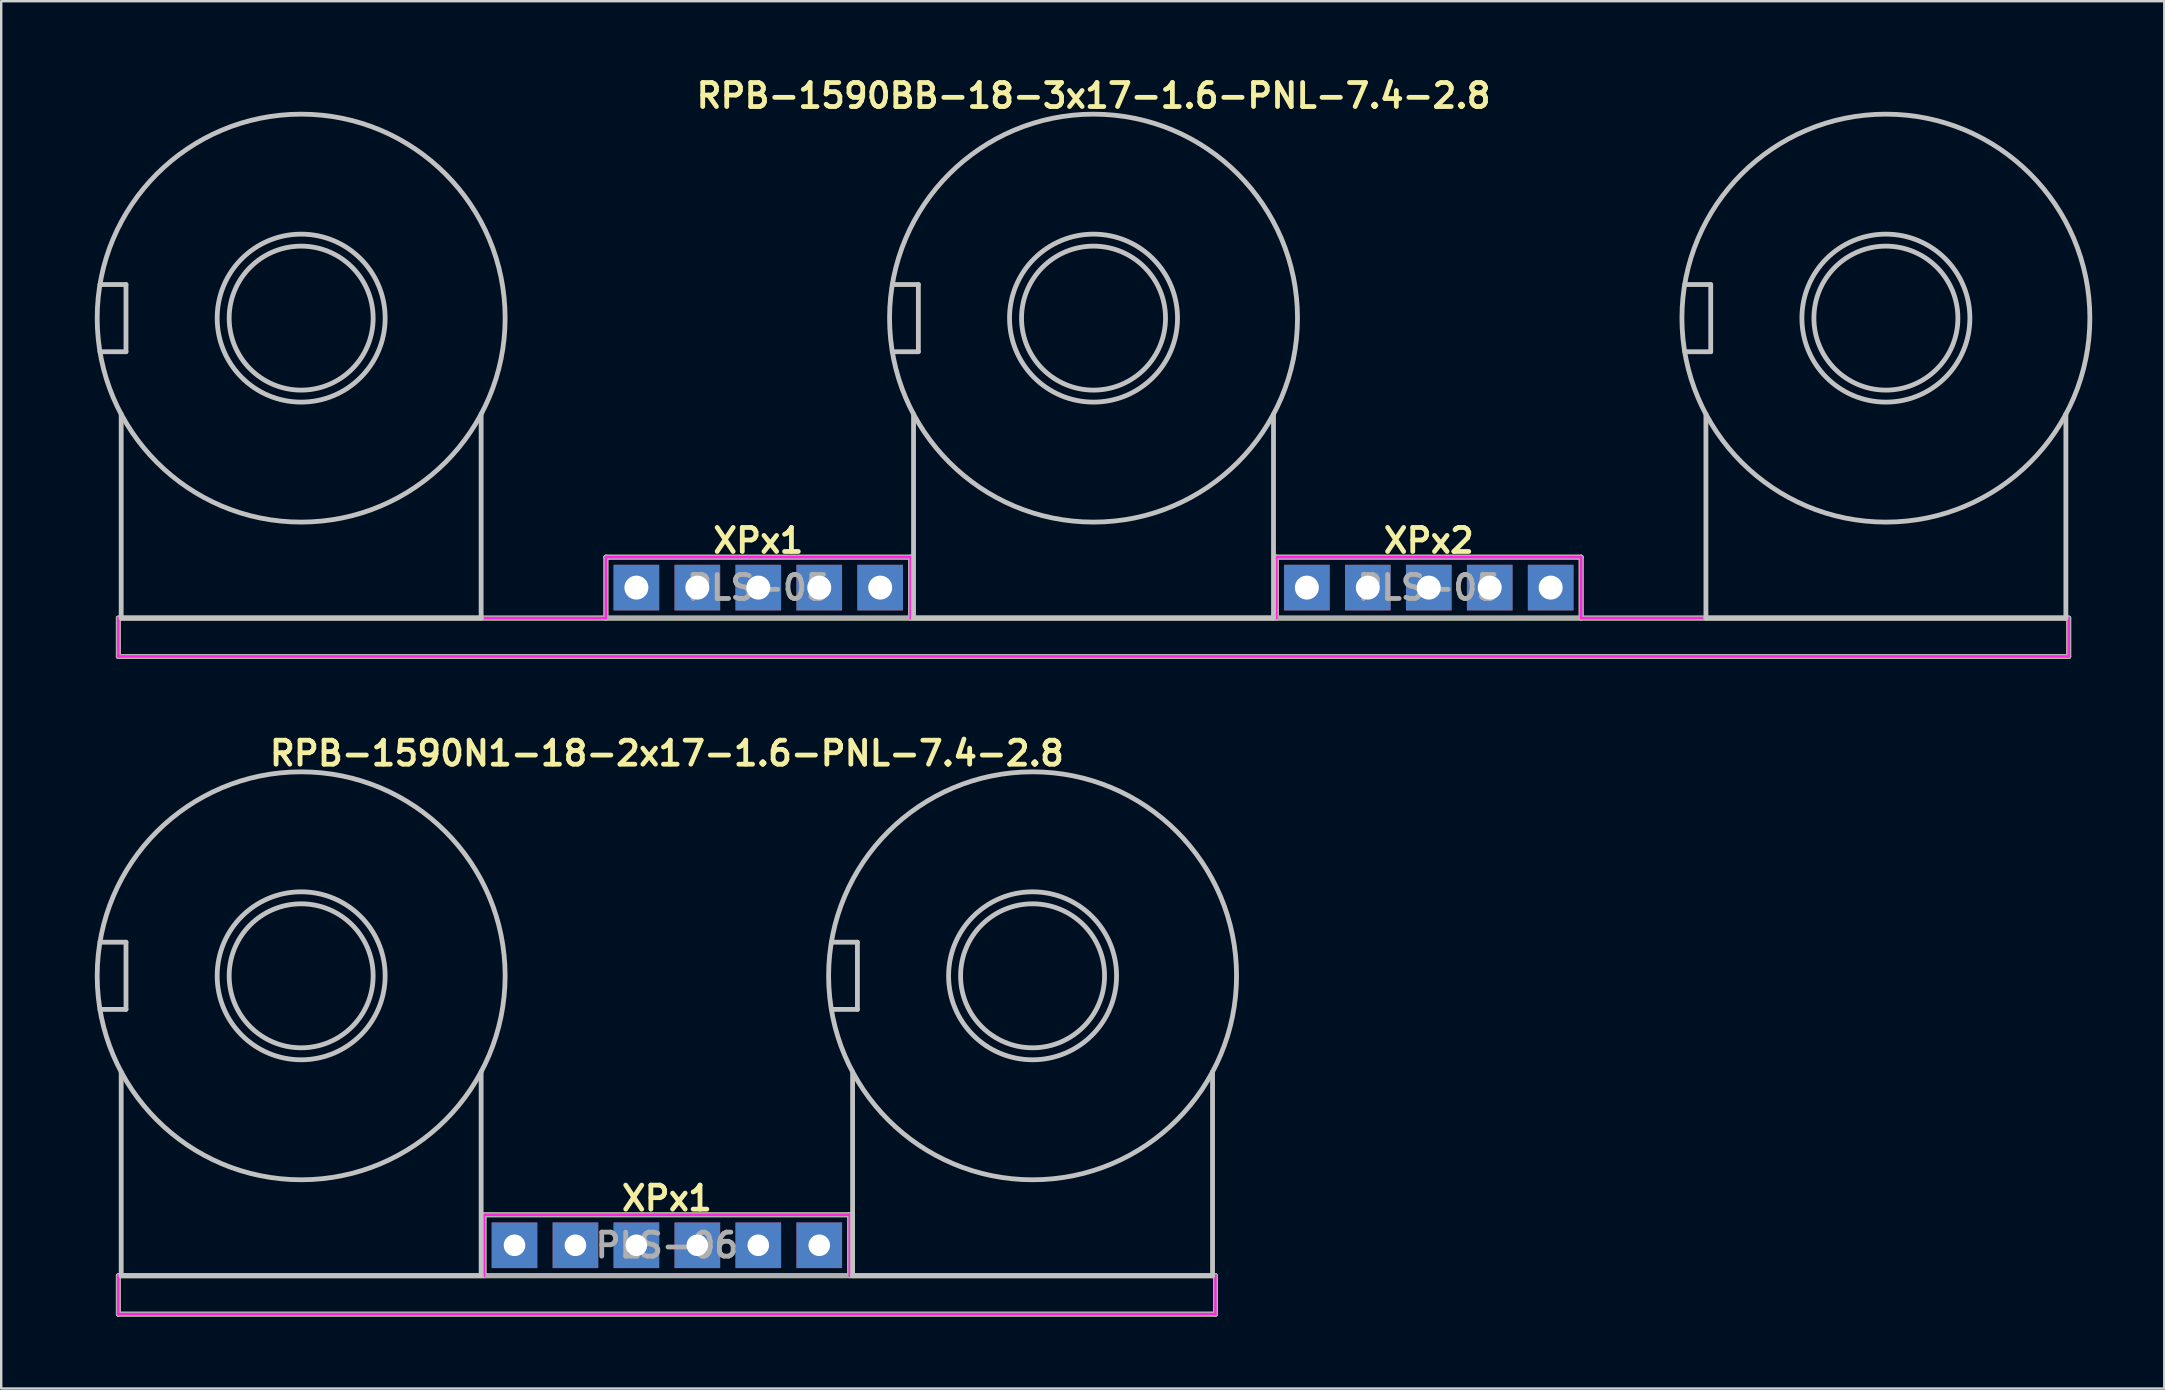
<source format=kicad_pcb>
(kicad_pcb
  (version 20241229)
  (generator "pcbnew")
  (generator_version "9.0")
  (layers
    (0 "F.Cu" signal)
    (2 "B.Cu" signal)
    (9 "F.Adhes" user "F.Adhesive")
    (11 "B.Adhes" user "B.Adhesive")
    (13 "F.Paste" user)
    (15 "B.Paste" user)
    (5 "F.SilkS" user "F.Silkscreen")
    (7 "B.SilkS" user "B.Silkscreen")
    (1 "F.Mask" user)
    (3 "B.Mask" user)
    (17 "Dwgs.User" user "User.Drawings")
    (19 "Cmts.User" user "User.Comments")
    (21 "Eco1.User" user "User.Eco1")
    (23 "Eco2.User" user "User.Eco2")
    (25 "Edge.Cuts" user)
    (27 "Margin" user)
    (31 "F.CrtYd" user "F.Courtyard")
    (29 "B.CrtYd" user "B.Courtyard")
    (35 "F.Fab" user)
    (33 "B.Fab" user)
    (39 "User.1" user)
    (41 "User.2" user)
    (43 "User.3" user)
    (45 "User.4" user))
  (footprint "RPB-1590N1-18-2x17-1.6-PNL-7.4-2.8"
    (layer "F.Cu")
    (at 24.74 37.614)
    (property "Reference" "RPB-1590N1-18-2x17-1.6-PNL-7.4-2.8" (at 0 -9.271 0) (layer "F.SilkS") (effects (font (size 1 1) (thickness 0.2))))
    (attr through_hole)
    (fp_line (start -22.86 12.5) (end -22.86 14.1) (stroke (width 0.2) (type solid)) (layer "F.SilkS"))
    (fp_line (start -22.86 12.5) (end 22.86 12.5) (stroke (width 0.2) (type solid)) (layer "F.SilkS"))
    (fp_line (start -22.86 14.1) (end 22.86 14.1) (stroke (width 0.2) (type solid)) (layer "F.SilkS"))
    (fp_line (start -7.62 9.96) (end -7.62 12.5) (stroke (width 0.2) (type solid)) (layer "F.SilkS"))
    (fp_line (start -7.62 9.96) (end 7.62 9.96) (stroke (width 0.2) (type solid)) (layer "F.SilkS"))
    (fp_line (start 7.62 9.96) (end 7.62 12.5) (stroke (width 0.2) (type solid)) (layer "F.SilkS"))
    (fp_line (start 22.86 12.5) (end 22.86 14.1) (stroke (width 0.2) (type solid)) (layer "F.SilkS"))
    (fp_line (start -23.624 -1.4) (end -22.54 -1.4) (stroke (width 0.2) (type solid)) (layer "Dwgs.User"))
    (fp_line (start -23.624 1.4) (end -22.54 1.4) (stroke (width 0.2) (type solid)) (layer "Dwgs.User"))
    (fp_line (start -22.74 4) (end -22.74 12.5) (stroke (width 0.2) (type solid)) (layer "Dwgs.User"))
    (fp_line (start -22.74 12.5) (end -7.74 12.5) (stroke (width 0.2) (type solid)) (layer "Dwgs.User"))
    (fp_line (start -22.54 -1.4) (end -22.54 1.4) (stroke (width 0.2) (type solid)) (layer "Dwgs.User"))
    (fp_line (start -7.74 4) (end -7.74 12.5) (stroke (width 0.2) (type solid)) (layer "Dwgs.User"))
    (fp_line (start 6.856 -1.4) (end 7.94 -1.4) (stroke (width 0.2) (type solid)) (layer "Dwgs.User"))
    (fp_line (start 6.856 1.4) (end 7.94 1.4) (stroke (width 0.2) (type solid)) (layer "Dwgs.User"))
    (fp_line (start 7.74 4) (end 7.74 12.5) (stroke (width 0.2) (type solid)) (layer "Dwgs.User"))
    (fp_line (start 7.74 12.5) (end 22.74 12.5) (stroke (width 0.2) (type solid)) (layer "Dwgs.User"))
    (fp_line (start 7.94 -1.4) (end 7.94 1.4) (stroke (width 0.2) (type solid)) (layer "Dwgs.User"))
    (fp_line (start 22.74 4) (end 22.74 12.5) (stroke (width 0.2) (type solid)) (layer "Dwgs.User"))
    (fp_circle (center -15.24 0) (end -12.24 0) (stroke (width 0.2) (type solid)) (fill no) (layer "Dwgs.User"))
    (fp_circle (center -15.24 0) (end -11.74 0) (stroke (width 0.2) (type solid)) (fill no) (layer "Dwgs.User"))
    (fp_circle (center -15.24 0) (end -6.74 0) (stroke (width 0.2) (type solid)) (fill no) (layer "Dwgs.User"))
    (fp_circle (center 15.24 0) (end 18.24 0) (stroke (width 0.2) (type solid)) (fill no) (layer "Dwgs.User"))
    (fp_circle (center 15.24 0) (end 18.74 0) (stroke (width 0.2) (type solid)) (fill no) (layer "Dwgs.User"))
    (fp_circle (center 15.24 0) (end 23.74 0) (stroke (width 0.2) (type solid)) (fill no) (layer "Dwgs.User"))
    (fp_circle (center -23.14 0) (end -21.74 0) (stroke (width 0.4) (type solid)) (fill no) (layer "Eco1.User"))
    (fp_circle (center -15.24 0) (end -11.54 0) (stroke (width 0.4) (type solid)) (fill no) (layer "Eco1.User"))
    (fp_circle (center 7.34 0) (end 8.74 0) (stroke (width 0.4) (type solid)) (fill no) (layer "Eco1.User"))
    (fp_circle (center 15.24 0) (end 18.94 0) (stroke (width 0.4) (type solid)) (fill no) (layer "Eco1.User"))
    (fp_line (start -22.86 12.5) (end -22.86 14.1) (stroke (width 0.1) (type solid)) (layer "F.CrtYd"))
    (fp_line (start -22.86 12.5) (end -7.62 12.5) (stroke (width 0.1) (type solid)) (layer "F.CrtYd"))
    (fp_line (start -22.86 14.1) (end 22.86 14.1) (stroke (width 0.1) (type solid)) (layer "F.CrtYd"))
    (fp_line (start -7.62 9.96) (end -7.62 12.5) (stroke (width 0.1) (type solid)) (layer "F.CrtYd"))
    (fp_line (start -7.62 9.96) (end 7.62 9.96) (stroke (width 0.1) (type solid)) (layer "F.CrtYd"))
    (fp_line (start 7.62 9.96) (end 7.62 12.5) (stroke (width 0.1) (type solid)) (layer "F.CrtYd"))
    (fp_line (start 7.62 12.5) (end 22.86 12.5) (stroke (width 0.1) (type solid)) (layer "F.CrtYd"))
    (fp_line (start 22.86 12.5) (end 22.86 14.1) (stroke (width 0.1) (type solid)) (layer "F.CrtYd"))
    (fp_line (start -22.86 12.5) (end -22.86 14.1) (stroke (width 0.2) (type solid)) (layer "F.Fab"))
    (fp_line (start -22.86 12.5) (end 22.86 12.5) (stroke (width 0.2) (type solid)) (layer "F.Fab"))
    (fp_line (start -22.86 14.1) (end 22.86 14.1) (stroke (width 0.2) (type solid)) (layer "F.Fab"))
    (fp_line (start -7.62 9.96) (end -7.62 12.5) (stroke (width 0.2) (type solid)) (layer "F.Fab"))
    (fp_line (start -7.62 9.96) (end 7.62 9.96) (stroke (width 0.2) (type solid)) (layer "F.Fab"))
    (fp_line (start 7.62 9.96) (end 7.62 12.5) (stroke (width 0.2) (type solid)) (layer "F.Fab"))
    (fp_line (start 22.86 12.5) (end 22.86 14.1) (stroke (width 0.2) (type solid)) (layer "F.Fab"))
    (fp_text user "XPx1" (at 0 9.271 0) (layer "F.SilkS") (effects (font (size 1 1) (thickness 0.2))))
    (fp_text user "PLS-06" (at 0 11.23 0) (layer "F.Fab") (effects (font (size 1 1) (thickness 0.2))))
    (pad "11" thru_hole rect (at -1.27 11.23) (size 1.9 1.9) (drill 0.9) (layers "*.Cu" "*.Mask"))
    (pad "12" thru_hole rect (at -3.81 11.23) (size 1.9 1.9) (drill 0.9) (layers "*.Cu" "*.Mask"))
    (pad "13" thru_hole rect (at -6.35 11.23) (size 1.9 1.9) (drill 0.9) (layers "*.Cu" "*.Mask"))
    (pad "21" thru_hole rect (at 6.35 11.23) (size 1.9 1.9) (drill 0.9) (layers "*.Cu" "*.Mask"))
    (pad "22" thru_hole rect (at 3.81 11.23) (size 1.9 1.9) (drill 0.9) (layers "*.Cu" "*.Mask"))
    (pad "23" thru_hole rect (at 1.27 11.23) (size 1.9 1.9) (drill 0.9) (layers "*.Cu" "*.Mask")))
  (footprint "RPB-1590BB-18-3x17-1.6-PNL-7.4-2.8"
    (layer "F.Cu")
    (at 42.52 10.207)
    (property "Reference" "RPB-1590BB-18-3x17-1.6-PNL-7.4-2.8" (at 0 -9.271 0) (layer "F.SilkS") (effects (font (size 1 1) (thickness 0.2))))
    (attr through_hole)
    (fp_line (start -40.64 12.5) (end -40.64 14.1) (stroke (width 0.2) (type solid)) (layer "F.SilkS"))
    (fp_line (start -40.64 12.5) (end 40.64 12.5) (stroke (width 0.2) (type solid)) (layer "F.SilkS"))
    (fp_line (start -40.64 14.1) (end 40.64 14.1) (stroke (width 0.2) (type solid)) (layer "F.SilkS"))
    (fp_line (start -20.32 9.96) (end -20.32 12.5) (stroke (width 0.2) (type solid)) (layer "F.SilkS"))
    (fp_line (start -20.32 9.96) (end -7.62 9.96) (stroke (width 0.2) (type solid)) (layer "F.SilkS"))
    (fp_line (start -7.62 9.96) (end -7.62 12.5) (stroke (width 0.2) (type solid)) (layer "F.SilkS"))
    (fp_line (start 7.62 9.96) (end 7.62 12.5) (stroke (width 0.2) (type solid)) (layer "F.SilkS"))
    (fp_line (start 7.62 9.96) (end 20.32 9.96) (stroke (width 0.2) (type solid)) (layer "F.SilkS"))
    (fp_line (start 20.32 9.96) (end 20.32 12.5) (stroke (width 0.2) (type solid)) (layer "F.SilkS"))
    (fp_line (start 40.64 12.5) (end 40.64 14.1) (stroke (width 0.2) (type solid)) (layer "F.SilkS"))
    (fp_line (start -41.404 -1.4) (end -40.32 -1.4) (stroke (width 0.2) (type solid)) (layer "Dwgs.User"))
    (fp_line (start -41.404 1.4) (end -40.32 1.4) (stroke (width 0.2) (type solid)) (layer "Dwgs.User"))
    (fp_line (start -40.52 4) (end -40.52 12.5) (stroke (width 0.2) (type solid)) (layer "Dwgs.User"))
    (fp_line (start -40.52 12.5) (end -25.52 12.5) (stroke (width 0.2) (type solid)) (layer "Dwgs.User"))
    (fp_line (start -40.32 -1.4) (end -40.32 1.4) (stroke (width 0.2) (type solid)) (layer "Dwgs.User"))
    (fp_line (start -25.52 4) (end -25.52 12.5) (stroke (width 0.2) (type solid)) (layer "Dwgs.User"))
    (fp_line (start -8.384 -1.4) (end -7.3 -1.4) (stroke (width 0.2) (type solid)) (layer "Dwgs.User"))
    (fp_line (start -8.384 1.4) (end -7.3 1.4) (stroke (width 0.2) (type solid)) (layer "Dwgs.User"))
    (fp_line (start -7.5 4) (end -7.5 12.5) (stroke (width 0.2) (type solid)) (layer "Dwgs.User"))
    (fp_line (start -7.5 12.5) (end 7.5 12.5) (stroke (width 0.2) (type solid)) (layer "Dwgs.User"))
    (fp_line (start -7.3 -1.4) (end -7.3 1.4) (stroke (width 0.2) (type solid)) (layer "Dwgs.User"))
    (fp_line (start 7.5 4) (end 7.5 12.5) (stroke (width 0.2) (type solid)) (layer "Dwgs.User"))
    (fp_line (start 24.636 -1.4) (end 25.72 -1.4) (stroke (width 0.2) (type solid)) (layer "Dwgs.User"))
    (fp_line (start 24.636 1.4) (end 25.72 1.4) (stroke (width 0.2) (type solid)) (layer "Dwgs.User"))
    (fp_line (start 25.52 4) (end 25.52 12.5) (stroke (width 0.2) (type solid)) (layer "Dwgs.User"))
    (fp_line (start 25.52 12.5) (end 40.52 12.5) (stroke (width 0.2) (type solid)) (layer "Dwgs.User"))
    (fp_line (start 25.72 -1.4) (end 25.72 1.4) (stroke (width 0.2) (type solid)) (layer "Dwgs.User"))
    (fp_line (start 40.52 4) (end 40.52 12.5) (stroke (width 0.2) (type solid)) (layer "Dwgs.User"))
    (fp_circle (center -33.02 0) (end -30.02 0) (stroke (width 0.2) (type solid)) (fill no) (layer "Dwgs.User"))
    (fp_circle (center -33.02 0) (end -29.52 0) (stroke (width 0.2) (type solid)) (fill no) (layer "Dwgs.User"))
    (fp_circle (center -33.02 0) (end -24.52 0) (stroke (width 0.2) (type solid)) (fill no) (layer "Dwgs.User"))
    (fp_circle (center 0 0) (end 3 0) (stroke (width 0.2) (type solid)) (fill no) (layer "Dwgs.User"))
    (fp_circle (center 0 0) (end 3.5 0) (stroke (width 0.2) (type solid)) (fill no) (layer "Dwgs.User"))
    (fp_circle (center 0 0) (end 8.5 0) (stroke (width 0.2) (type solid)) (fill no) (layer "Dwgs.User"))
    (fp_circle (center 33.02 0) (end 36.02 0) (stroke (width 0.2) (type solid)) (fill no) (layer "Dwgs.User"))
    (fp_circle (center 33.02 0) (end 36.52 0) (stroke (width 0.2) (type solid)) (fill no) (layer "Dwgs.User"))
    (fp_circle (center 33.02 0) (end 41.52 0) (stroke (width 0.2) (type solid)) (fill no) (layer "Dwgs.User"))
    (fp_circle (center -40.92 0) (end -39.52 0) (stroke (width 0.4) (type solid)) (fill no) (layer "Eco1.User"))
    (fp_circle (center -33.02 0) (end -29.32 0) (stroke (width 0.4) (type solid)) (fill no) (layer "Eco1.User"))
    (fp_circle (center -7.9 0) (end -6.5 0) (stroke (width 0.4) (type solid)) (fill no) (layer "Eco1.User"))
    (fp_circle (center 0 0) (end 3.7 0) (stroke (width 0.4) (type solid)) (fill no) (layer "Eco1.User"))
    (fp_circle (center 25.12 0) (end 26.52 0) (stroke (width 0.4) (type solid)) (fill no) (layer "Eco1.User"))
    (fp_circle (center 33.02 0) (end 36.72 0) (stroke (width 0.4) (type solid)) (fill no) (layer "Eco1.User"))
    (fp_line (start -40.64 12.5) (end -40.64 14.1) (stroke (width 0.1) (type solid)) (layer "F.CrtYd"))
    (fp_line (start -40.64 12.5) (end -20.32 12.5) (stroke (width 0.1) (type solid)) (layer "F.CrtYd"))
    (fp_line (start -40.64 14.1) (end 40.64 14.1) (stroke (width 0.1) (type solid)) (layer "F.CrtYd"))
    (fp_line (start -20.32 9.96) (end -20.32 12.5) (stroke (width 0.1) (type solid)) (layer "F.CrtYd"))
    (fp_line (start -20.32 9.96) (end -7.62 9.96) (stroke (width 0.1) (type solid)) (layer "F.CrtYd"))
    (fp_line (start -7.62 9.96) (end -7.62 12.5) (stroke (width 0.1) (type solid)) (layer "F.CrtYd"))
    (fp_line (start -7.62 12.5) (end 7.62 12.5) (stroke (width 0.1) (type solid)) (layer "F.CrtYd"))
    (fp_line (start 7.62 9.96) (end 7.62 12.5) (stroke (width 0.1) (type solid)) (layer "F.CrtYd"))
    (fp_line (start 7.62 9.96) (end 20.32 9.96) (stroke (width 0.1) (type solid)) (layer "F.CrtYd"))
    (fp_line (start 20.32 9.96) (end 20.32 12.5) (stroke (width 0.1) (type solid)) (layer "F.CrtYd"))
    (fp_line (start 20.32 12.5) (end 40.64 12.5) (stroke (width 0.1) (type solid)) (layer "F.CrtYd"))
    (fp_line (start 40.64 12.5) (end 40.64 14.1) (stroke (width 0.1) (type solid)) (layer "F.CrtYd"))
    (fp_line (start -40.64 12.5) (end -40.64 14.1) (stroke (width 0.2) (type solid)) (layer "F.Fab"))
    (fp_line (start -40.64 12.5) (end 40.64 12.5) (stroke (width 0.2) (type solid)) (layer "F.Fab"))
    (fp_line (start -40.64 14.1) (end 40.64 14.1) (stroke (width 0.2) (type solid)) (layer "F.Fab"))
    (fp_line (start -20.32 9.96) (end -20.32 12.5) (stroke (width 0.2) (type solid)) (layer "F.Fab"))
    (fp_line (start -20.32 9.96) (end -7.62 9.96) (stroke (width 0.2) (type solid)) (layer "F.Fab"))
    (fp_line (start -7.62 9.96) (end -7.62 12.5) (stroke (width 0.2) (type solid)) (layer "F.Fab"))
    (fp_line (start 7.62 9.96) (end 7.62 12.5) (stroke (width 0.2) (type solid)) (layer "F.Fab"))
    (fp_line (start 7.62 9.96) (end 20.32 9.96) (stroke (width 0.2) (type solid)) (layer "F.Fab"))
    (fp_line (start 20.32 9.96) (end 20.32 12.5) (stroke (width 0.2) (type solid)) (layer "F.Fab"))
    (fp_line (start 40.64 12.5) (end 40.64 14.1) (stroke (width 0.2) (type solid)) (layer "F.Fab"))
    (fp_text user "XPx2" (at 13.97 9.271 0) (layer "F.SilkS") (effects (font (size 1 1) (thickness 0.2))))
    (fp_text user "XPx1" (at -13.97 9.271 0) (layer "F.SilkS") (effects (font (size 1 1) (thickness 0.2))))
    (fp_text user "PLS-05" (at 13.97 11.23 0) (layer "F.Fab") (effects (font (size 1 1) (thickness 0.2))))
    (fp_text user "PLS-05" (at -13.97 11.23 0) (layer "F.Fab") (effects (font (size 1 1) (thickness 0.2))))
    (pad "11" thru_hole rect (at -13.97 11.23) (size 1.9 1.9) (drill 1) (layers "*.Cu" "*.Mask"))
    (pad "12" thru_hole rect (at -16.51 11.23) (size 1.9 1.9) (drill 1) (layers "*.Cu" "*.Mask"))
    (pad "13" thru_hole rect (at -19.05 11.23) (size 1.9 1.9) (drill 1) (layers "*.Cu" "*.Mask"))
    (pad "21" thru_hole rect (at -11.43 11.23) (size 1.9 1.9) (drill 1) (layers "*.Cu" "*.Mask"))
    (pad "22" thru_hole rect (at -8.89 11.23) (size 1.9 1.9) (drill 1) (layers "*.Cu" "*.Mask"))
    (pad "22" thru_hole rect (at 8.89 11.23) (size 1.9 1.9) (drill 1) (layers "*.Cu" "*.Mask"))
    (pad "23" thru_hole rect (at 11.43 11.23) (size 1.9 1.9) (drill 1) (layers "*.Cu" "*.Mask"))
    (pad "31" thru_hole rect (at 19.05 11.23) (size 1.9 1.9) (drill 1) (layers "*.Cu" "*.Mask"))
    (pad "32" thru_hole rect (at 16.51 11.23) (size 1.9 1.9) (drill 1) (layers "*.Cu" "*.Mask"))
    (pad "33" thru_hole rect (at 13.97 11.23) (size 1.9 1.9) (drill 1) (layers "*.Cu" "*.Mask")))
  (gr_rect
    (start -3 -3)
    (end 87.14 54.814)
    (stroke (width 0.1) (type default))
    (fill no)
    (layer "Edge.Cuts")))
</source>
